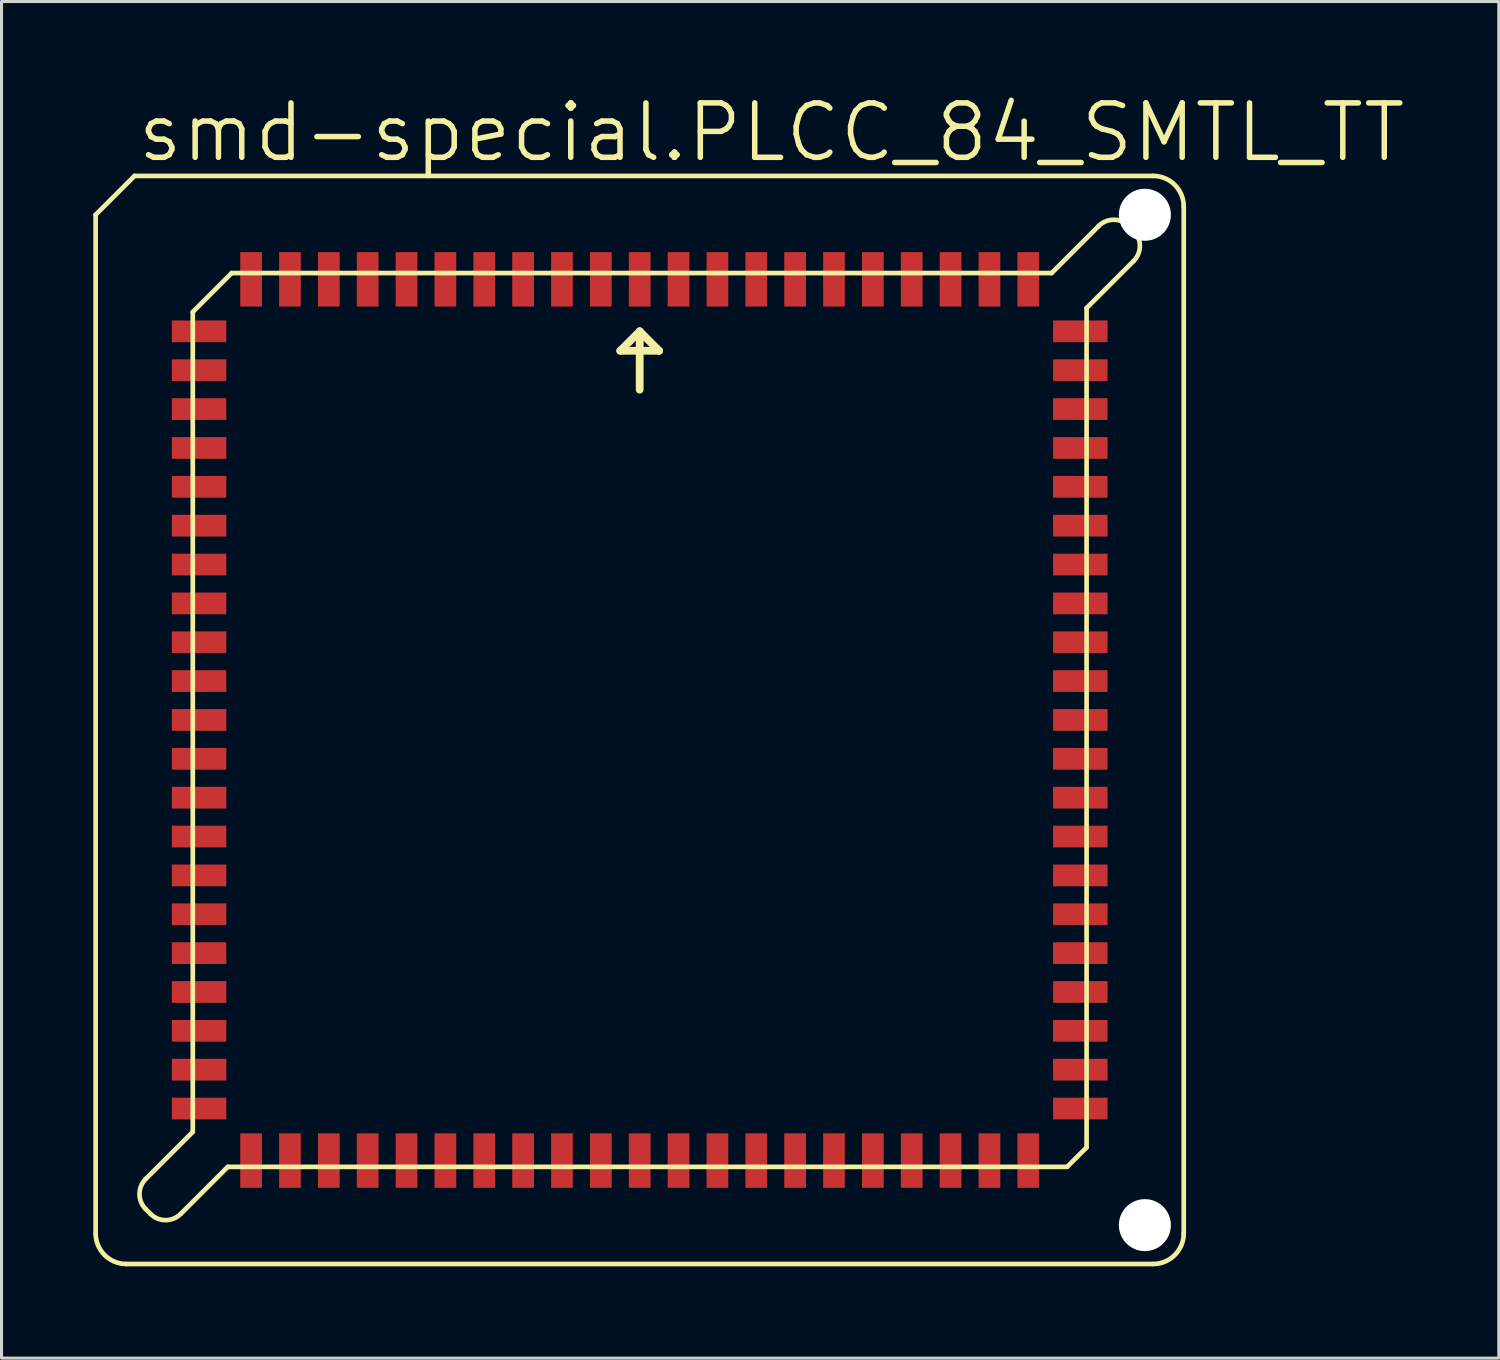
<source format=kicad_pcb>
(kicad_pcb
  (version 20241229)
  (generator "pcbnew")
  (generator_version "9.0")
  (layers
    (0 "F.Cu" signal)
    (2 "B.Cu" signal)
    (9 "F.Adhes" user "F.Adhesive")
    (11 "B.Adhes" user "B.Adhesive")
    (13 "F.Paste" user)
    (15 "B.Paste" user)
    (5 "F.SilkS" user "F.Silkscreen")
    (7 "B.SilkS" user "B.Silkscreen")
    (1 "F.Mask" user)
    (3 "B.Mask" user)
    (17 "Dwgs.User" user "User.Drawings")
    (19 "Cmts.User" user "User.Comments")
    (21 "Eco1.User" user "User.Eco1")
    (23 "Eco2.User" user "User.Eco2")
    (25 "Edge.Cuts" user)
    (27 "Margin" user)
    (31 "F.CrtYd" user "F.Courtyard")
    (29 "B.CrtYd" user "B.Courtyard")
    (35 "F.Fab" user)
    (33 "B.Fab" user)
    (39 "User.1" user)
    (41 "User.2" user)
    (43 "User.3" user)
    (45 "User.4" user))
  (footprint "smd-special.PLCC_84_SMTL_TT"
    (layer "F.Cu")
    (at 17.856 20.479)
    (property "Reference" "smd-special.PLCC_84_SMTL_TT" (at -16.51 -18.161 0) (layer "F.SilkS") (effects (font (size 1.778 1.778) (thickness 0.18)) (justify left bottom)))
    (attr smd)
    (fp_line (start -17.78 16.78) (end -17.78 -16.51) (stroke (width 0.152) (type default)) (layer "F.SilkS"))
    (fp_line (start -16.78 17.78) (end 16.78 17.78) (stroke (width 0.152) (type default)) (layer "F.SilkS"))
    (fp_line (start -16.51 -17.78) (end -17.78 -16.51) (stroke (width 0.152) (type default)) (layer "F.SilkS"))
    (fp_line (start -15.989 16.142) (end -16.142 15.989) (stroke (width 0.152) (type default)) (layer "F.SilkS"))
    (fp_line (start -14.605 -13.335) (end -13.335 -14.605) (stroke (width 0.152) (type default)) (layer "F.SilkS"))
    (fp_line (start -14.605 13.462) (end -16.142 14.999) (stroke (width 0.152) (type default)) (layer "F.SilkS"))
    (fp_line (start -14.605 13.462) (end -14.605 -13.335) (stroke (width 0.152) (type default)) (layer "F.SilkS"))
    (fp_line (start -13.462 14.605) (end -14.999 16.142) (stroke (width 0.152) (type default)) (layer "F.SilkS"))
    (fp_line (start -13.462 14.605) (end 13.97 14.605) (stroke (width 0.152) (type default)) (layer "F.SilkS"))
    (fp_line (start -13.335 -14.605) (end 13.462 -14.605) (stroke (width 0.152) (type default)) (layer "F.SilkS"))
    (fp_line (start -0.635 -12.065) (end 0 -12.7) (stroke (width 0.254) (type default)) (layer "F.SilkS"))
    (fp_line (start 0 -12.7) (end 0 -10.795) (stroke (width 0.254) (type default)) (layer "F.SilkS"))
    (fp_line (start 0 -12.7) (end 0.635 -12.065) (stroke (width 0.254) (type default)) (layer "F.SilkS"))
    (fp_line (start 0.635 -12.065) (end -0.635 -12.065) (stroke (width 0.254) (type default)) (layer "F.SilkS"))
    (fp_line (start 13.462 -14.605) (end 14.999 -16.142) (stroke (width 0.152) (type default)) (layer "F.SilkS"))
    (fp_line (start 14.605 13.97) (end 13.97 14.605) (stroke (width 0.152) (type default)) (layer "F.SilkS"))
    (fp_line (start 14.605 13.97) (end 14.605 -13.462) (stroke (width 0.152) (type default)) (layer "F.SilkS"))
    (fp_line (start 15.989 -16.142) (end 16.142 -15.989) (stroke (width 0.152) (type default)) (layer "F.SilkS"))
    (fp_line (start 16.142 -14.999) (end 14.605 -13.462) (stroke (width 0.152) (type default)) (layer "F.SilkS"))
    (fp_line (start 16.78 -17.78) (end -16.51 -17.78) (stroke (width 0.152) (type default)) (layer "F.SilkS"))
    (fp_line (start 17.78 16.78) (end 17.78 -16.78) (stroke (width 0.152) (type default)) (layer "F.SilkS"))
    (fp_arc (start -16.78 17.78) (mid -17.487107 17.487107) (end -17.78 16.78) (stroke (width 0.1524) (type default)) (layer "F.SilkS"))
    (fp_arc (start -16.142 15.989) (mid -16.347036 15.494) (end -16.142 14.999) (stroke (width 0.1524) (type default)) (layer "F.SilkS"))
    (fp_arc (start -14.999 16.142) (mid -15.494 16.347036) (end -15.989 16.142) (stroke (width 0.1524) (type default)) (layer "F.SilkS"))
    (fp_arc (start 14.999 -16.142) (mid 15.494 -16.347036) (end 15.989 -16.142) (stroke (width 0.1524) (type default)) (layer "F.SilkS"))
    (fp_arc (start 16.142 -15.989) (mid 16.347036 -15.494) (end 16.142 -14.999) (stroke (width 0.1524) (type default)) (layer "F.SilkS"))
    (fp_arc (start 16.78 -17.78) (mid 17.487107 -17.487107) (end 17.78 -16.78) (stroke (width 0.1524) (type default)) (layer "F.SilkS"))
    (fp_arc (start 17.78 16.78) (mid 17.487107 17.487107) (end 16.78 17.78) (stroke (width 0.1524) (type default)) (layer "F.SilkS"))
    (pad "" np_thru_hole circle (at 16.51 -16.51) (size 1.7 1.7) (drill 1.7) (layers "*.Cu" "*.Mask"))
    (pad "" np_thru_hole circle (at 16.51 16.51) (size 1.7 1.7) (drill 1.7) (layers "*.Cu" "*.Mask"))
    (pad "1" smd roundrect (at 0 -14.4) (size 0.71 1.78) (layers "F.Cu" "F.Mask" "F.Paste") (roundrect_rratio 0.01))
    (pad "2" smd roundrect (at -1.27 -14.4) (size 0.71 1.78) (layers "F.Cu" "F.Mask" "F.Paste") (roundrect_rratio 0.01))
    (pad "3" smd roundrect (at -2.54 -14.4) (size 0.71 1.78) (layers "F.Cu" "F.Mask" "F.Paste") (roundrect_rratio 0.01))
    (pad "4" smd roundrect (at -3.81 -14.4) (size 0.71 1.78) (layers "F.Cu" "F.Mask" "F.Paste") (roundrect_rratio 0.01))
    (pad "5" smd roundrect (at -5.08 -14.4) (size 0.71 1.78) (layers "F.Cu" "F.Mask" "F.Paste") (roundrect_rratio 0.01))
    (pad "6" smd roundrect (at -6.35 -14.4) (size 0.71 1.78) (layers "F.Cu" "F.Mask" "F.Paste") (roundrect_rratio 0.01))
    (pad "7" smd roundrect (at -7.62 -14.4) (size 0.71 1.78) (layers "F.Cu" "F.Mask" "F.Paste") (roundrect_rratio 0.01))
    (pad "8" smd roundrect (at -8.89 -14.4) (size 0.71 1.78) (layers "F.Cu" "F.Mask" "F.Paste") (roundrect_rratio 0.01))
    (pad "9" smd roundrect (at -10.16 -14.4) (size 0.71 1.78) (layers "F.Cu" "F.Mask" "F.Paste") (roundrect_rratio 0.01))
    (pad "10" smd roundrect (at -11.43 -14.4) (size 0.71 1.78) (layers "F.Cu" "F.Mask" "F.Paste") (roundrect_rratio 0.01))
    (pad "11" smd roundrect (at -12.7 -14.4) (size 0.71 1.78) (layers "F.Cu" "F.Mask" "F.Paste") (roundrect_rratio 0.01))
    (pad "12" smd roundrect (at -14.4 -12.7) (size 1.78 0.71) (layers "F.Cu" "F.Mask" "F.Paste") (roundrect_rratio 0.01))
    (pad "13" smd roundrect (at -14.4 -11.43) (size 1.78 0.71) (layers "F.Cu" "F.Mask" "F.Paste") (roundrect_rratio 0.01))
    (pad "14" smd roundrect (at -14.4 -10.16) (size 1.78 0.71) (layers "F.Cu" "F.Mask" "F.Paste") (roundrect_rratio 0.01))
    (pad "15" smd roundrect (at -14.4 -8.89) (size 1.78 0.71) (layers "F.Cu" "F.Mask" "F.Paste") (roundrect_rratio 0.01))
    (pad "16" smd roundrect (at -14.4 -7.62) (size 1.78 0.71) (layers "F.Cu" "F.Mask" "F.Paste") (roundrect_rratio 0.01))
    (pad "17" smd roundrect (at -14.4 -6.35) (size 1.78 0.71) (layers "F.Cu" "F.Mask" "F.Paste") (roundrect_rratio 0.01))
    (pad "18" smd roundrect (at -14.4 -5.08) (size 1.78 0.71) (layers "F.Cu" "F.Mask" "F.Paste") (roundrect_rratio 0.01))
    (pad "19" smd roundrect (at -14.4 -3.81) (size 1.78 0.71) (layers "F.Cu" "F.Mask" "F.Paste") (roundrect_rratio 0.01))
    (pad "20" smd roundrect (at -14.4 -2.54) (size 1.78 0.71) (layers "F.Cu" "F.Mask" "F.Paste") (roundrect_rratio 0.01))
    (pad "21" smd roundrect (at -14.4 -1.27) (size 1.78 0.71) (layers "F.Cu" "F.Mask" "F.Paste") (roundrect_rratio 0.01))
    (pad "22" smd roundrect (at -14.4 0) (size 1.78 0.71) (layers "F.Cu" "F.Mask" "F.Paste") (roundrect_rratio 0.01))
    (pad "23" smd roundrect (at -14.4 1.27) (size 1.78 0.71) (layers "F.Cu" "F.Mask" "F.Paste") (roundrect_rratio 0.01))
    (pad "24" smd roundrect (at -14.4 2.54) (size 1.78 0.71) (layers "F.Cu" "F.Mask" "F.Paste") (roundrect_rratio 0.01))
    (pad "25" smd roundrect (at -14.4 3.81) (size 1.78 0.71) (layers "F.Cu" "F.Mask" "F.Paste") (roundrect_rratio 0.01))
    (pad "26" smd roundrect (at -14.4 5.08) (size 1.78 0.71) (layers "F.Cu" "F.Mask" "F.Paste") (roundrect_rratio 0.01))
    (pad "27" smd roundrect (at -14.4 6.35) (size 1.78 0.71) (layers "F.Cu" "F.Mask" "F.Paste") (roundrect_rratio 0.01))
    (pad "28" smd roundrect (at -14.4 7.62) (size 1.78 0.71) (layers "F.Cu" "F.Mask" "F.Paste") (roundrect_rratio 0.01))
    (pad "29" smd roundrect (at -14.4 8.89) (size 1.78 0.71) (layers "F.Cu" "F.Mask" "F.Paste") (roundrect_rratio 0.01))
    (pad "30" smd roundrect (at -14.4 10.16) (size 1.78 0.71) (layers "F.Cu" "F.Mask" "F.Paste") (roundrect_rratio 0.01))
    (pad "31" smd roundrect (at -14.4 11.43) (size 1.78 0.71) (layers "F.Cu" "F.Mask" "F.Paste") (roundrect_rratio 0.01))
    (pad "32" smd roundrect (at -14.4 12.7) (size 1.78 0.71) (layers "F.Cu" "F.Mask" "F.Paste") (roundrect_rratio 0.01))
    (pad "33" smd roundrect (at -12.7 14.4) (size 0.71 1.78) (layers "F.Cu" "F.Mask" "F.Paste") (roundrect_rratio 0.01))
    (pad "34" smd roundrect (at -11.43 14.4) (size 0.71 1.78) (layers "F.Cu" "F.Mask" "F.Paste") (roundrect_rratio 0.01))
    (pad "35" smd roundrect (at -10.16 14.4) (size 0.71 1.78) (layers "F.Cu" "F.Mask" "F.Paste") (roundrect_rratio 0.01))
    (pad "36" smd roundrect (at -8.89 14.4) (size 0.71 1.78) (layers "F.Cu" "F.Mask" "F.Paste") (roundrect_rratio 0.01))
    (pad "37" smd roundrect (at -7.62 14.4) (size 0.71 1.78) (layers "F.Cu" "F.Mask" "F.Paste") (roundrect_rratio 0.01))
    (pad "38" smd roundrect (at -6.35 14.4) (size 0.71 1.78) (layers "F.Cu" "F.Mask" "F.Paste") (roundrect_rratio 0.01))
    (pad "39" smd roundrect (at -5.08 14.4) (size 0.71 1.78) (layers "F.Cu" "F.Mask" "F.Paste") (roundrect_rratio 0.01))
    (pad "40" smd roundrect (at -3.81 14.4) (size 0.71 1.78) (layers "F.Cu" "F.Mask" "F.Paste") (roundrect_rratio 0.01))
    (pad "41" smd roundrect (at -2.54 14.4) (size 0.71 1.78) (layers "F.Cu" "F.Mask" "F.Paste") (roundrect_rratio 0.01))
    (pad "42" smd roundrect (at -1.27 14.4) (size 0.71 1.78) (layers "F.Cu" "F.Mask" "F.Paste") (roundrect_rratio 0.01))
    (pad "43" smd roundrect (at 0 14.4) (size 0.71 1.78) (layers "F.Cu" "F.Mask" "F.Paste") (roundrect_rratio 0.01))
    (pad "44" smd roundrect (at 1.27 14.4) (size 0.71 1.78) (layers "F.Cu" "F.Mask" "F.Paste") (roundrect_rratio 0.01))
    (pad "45" smd roundrect (at 2.54 14.4) (size 0.71 1.78) (layers "F.Cu" "F.Mask" "F.Paste") (roundrect_rratio 0.01))
    (pad "46" smd roundrect (at 3.81 14.4) (size 0.71 1.78) (layers "F.Cu" "F.Mask" "F.Paste") (roundrect_rratio 0.01))
    (pad "47" smd roundrect (at 5.08 14.4) (size 0.71 1.78) (layers "F.Cu" "F.Mask" "F.Paste") (roundrect_rratio 0.01))
    (pad "48" smd roundrect (at 6.35 14.4) (size 0.71 1.78) (layers "F.Cu" "F.Mask" "F.Paste") (roundrect_rratio 0.01))
    (pad "49" smd roundrect (at 7.62 14.4) (size 0.71 1.78) (layers "F.Cu" "F.Mask" "F.Paste") (roundrect_rratio 0.01))
    (pad "50" smd roundrect (at 8.89 14.4) (size 0.71 1.78) (layers "F.Cu" "F.Mask" "F.Paste") (roundrect_rratio 0.01))
    (pad "51" smd roundrect (at 10.16 14.4) (size 0.71 1.78) (layers "F.Cu" "F.Mask" "F.Paste") (roundrect_rratio 0.01))
    (pad "52" smd roundrect (at 11.43 14.4) (size 0.71 1.78) (layers "F.Cu" "F.Mask" "F.Paste") (roundrect_rratio 0.01))
    (pad "53" smd roundrect (at 12.7 14.4) (size 0.71 1.78) (layers "F.Cu" "F.Mask" "F.Paste") (roundrect_rratio 0.01))
    (pad "54" smd roundrect (at 14.4 12.7) (size 1.78 0.71) (layers "F.Cu" "F.Mask" "F.Paste") (roundrect_rratio 0.01))
    (pad "55" smd roundrect (at 14.4 11.43) (size 1.78 0.71) (layers "F.Cu" "F.Mask" "F.Paste") (roundrect_rratio 0.01))
    (pad "56" smd roundrect (at 14.4 10.16) (size 1.78 0.71) (layers "F.Cu" "F.Mask" "F.Paste") (roundrect_rratio 0.01))
    (pad "57" smd roundrect (at 14.4 8.89) (size 1.78 0.71) (layers "F.Cu" "F.Mask" "F.Paste") (roundrect_rratio 0.01))
    (pad "58" smd roundrect (at 14.4 7.62) (size 1.78 0.71) (layers "F.Cu" "F.Mask" "F.Paste") (roundrect_rratio 0.01))
    (pad "59" smd roundrect (at 14.4 6.35) (size 1.78 0.71) (layers "F.Cu" "F.Mask" "F.Paste") (roundrect_rratio 0.01))
    (pad "60" smd roundrect (at 14.4 5.08) (size 1.78 0.71) (layers "F.Cu" "F.Mask" "F.Paste") (roundrect_rratio 0.01))
    (pad "61" smd roundrect (at 14.4 3.81) (size 1.78 0.71) (layers "F.Cu" "F.Mask" "F.Paste") (roundrect_rratio 0.01))
    (pad "62" smd roundrect (at 14.4 2.54) (size 1.78 0.71) (layers "F.Cu" "F.Mask" "F.Paste") (roundrect_rratio 0.01))
    (pad "63" smd roundrect (at 14.4 1.27) (size 1.78 0.71) (layers "F.Cu" "F.Mask" "F.Paste") (roundrect_rratio 0.01))
    (pad "64" smd roundrect (at 14.4 0) (size 1.78 0.71) (layers "F.Cu" "F.Mask" "F.Paste") (roundrect_rratio 0.01))
    (pad "65" smd roundrect (at 14.4 -1.27) (size 1.78 0.71) (layers "F.Cu" "F.Mask" "F.Paste") (roundrect_rratio 0.01))
    (pad "66" smd roundrect (at 14.4 -2.54) (size 1.78 0.71) (layers "F.Cu" "F.Mask" "F.Paste") (roundrect_rratio 0.01))
    (pad "67" smd roundrect (at 14.4 -3.81) (size 1.78 0.71) (layers "F.Cu" "F.Mask" "F.Paste") (roundrect_rratio 0.01))
    (pad "68" smd roundrect (at 14.4 -5.08) (size 1.78 0.71) (layers "F.Cu" "F.Mask" "F.Paste") (roundrect_rratio 0.01))
    (pad "69" smd roundrect (at 14.4 -6.35) (size 1.78 0.71) (layers "F.Cu" "F.Mask" "F.Paste") (roundrect_rratio 0.01))
    (pad "70" smd roundrect (at 14.4 -7.62) (size 1.78 0.71) (layers "F.Cu" "F.Mask" "F.Paste") (roundrect_rratio 0.01))
    (pad "71" smd roundrect (at 14.4 -8.89) (size 1.78 0.71) (layers "F.Cu" "F.Mask" "F.Paste") (roundrect_rratio 0.01))
    (pad "72" smd roundrect (at 14.4 -10.16) (size 1.78 0.71) (layers "F.Cu" "F.Mask" "F.Paste") (roundrect_rratio 0.01))
    (pad "73" smd roundrect (at 14.4 -11.43) (size 1.78 0.71) (layers "F.Cu" "F.Mask" "F.Paste") (roundrect_rratio 0.01))
    (pad "74" smd roundrect (at 14.4 -12.7) (size 1.78 0.71) (layers "F.Cu" "F.Mask" "F.Paste") (roundrect_rratio 0.01))
    (pad "75" smd roundrect (at 12.7 -14.4) (size 0.71 1.78) (layers "F.Cu" "F.Mask" "F.Paste") (roundrect_rratio 0.01))
    (pad "76" smd roundrect (at 11.43 -14.4) (size 0.71 1.78) (layers "F.Cu" "F.Mask" "F.Paste") (roundrect_rratio 0.01))
    (pad "77" smd roundrect (at 10.16 -14.4) (size 0.71 1.78) (layers "F.Cu" "F.Mask" "F.Paste") (roundrect_rratio 0.01))
    (pad "78" smd roundrect (at 8.89 -14.4) (size 0.71 1.78) (layers "F.Cu" "F.Mask" "F.Paste") (roundrect_rratio 0.01))
    (pad "79" smd roundrect (at 7.62 -14.4) (size 0.71 1.78) (layers "F.Cu" "F.Mask" "F.Paste") (roundrect_rratio 0.01))
    (pad "80" smd roundrect (at 6.35 -14.4) (size 0.71 1.78) (layers "F.Cu" "F.Mask" "F.Paste") (roundrect_rratio 0.01))
    (pad "81" smd roundrect (at 5.08 -14.4) (size 0.71 1.78) (layers "F.Cu" "F.Mask" "F.Paste") (roundrect_rratio 0.01))
    (pad "82" smd roundrect (at 3.81 -14.4) (size 0.71 1.78) (layers "F.Cu" "F.Mask" "F.Paste") (roundrect_rratio 0.01))
    (pad "83" smd roundrect (at 2.54 -14.4) (size 0.71 1.78) (layers "F.Cu" "F.Mask" "F.Paste") (roundrect_rratio 0.01))
    (pad "84" smd roundrect (at 1.27 -14.4) (size 0.71 1.78) (layers "F.Cu" "F.Mask" "F.Paste") (roundrect_rratio 0.01)))
  (gr_rect
    (start -3 -3)
    (end 45.933 41.335)
    (stroke (width 0.1) (type default))
    (fill no)
    (layer "Edge.Cuts")))
</source>
